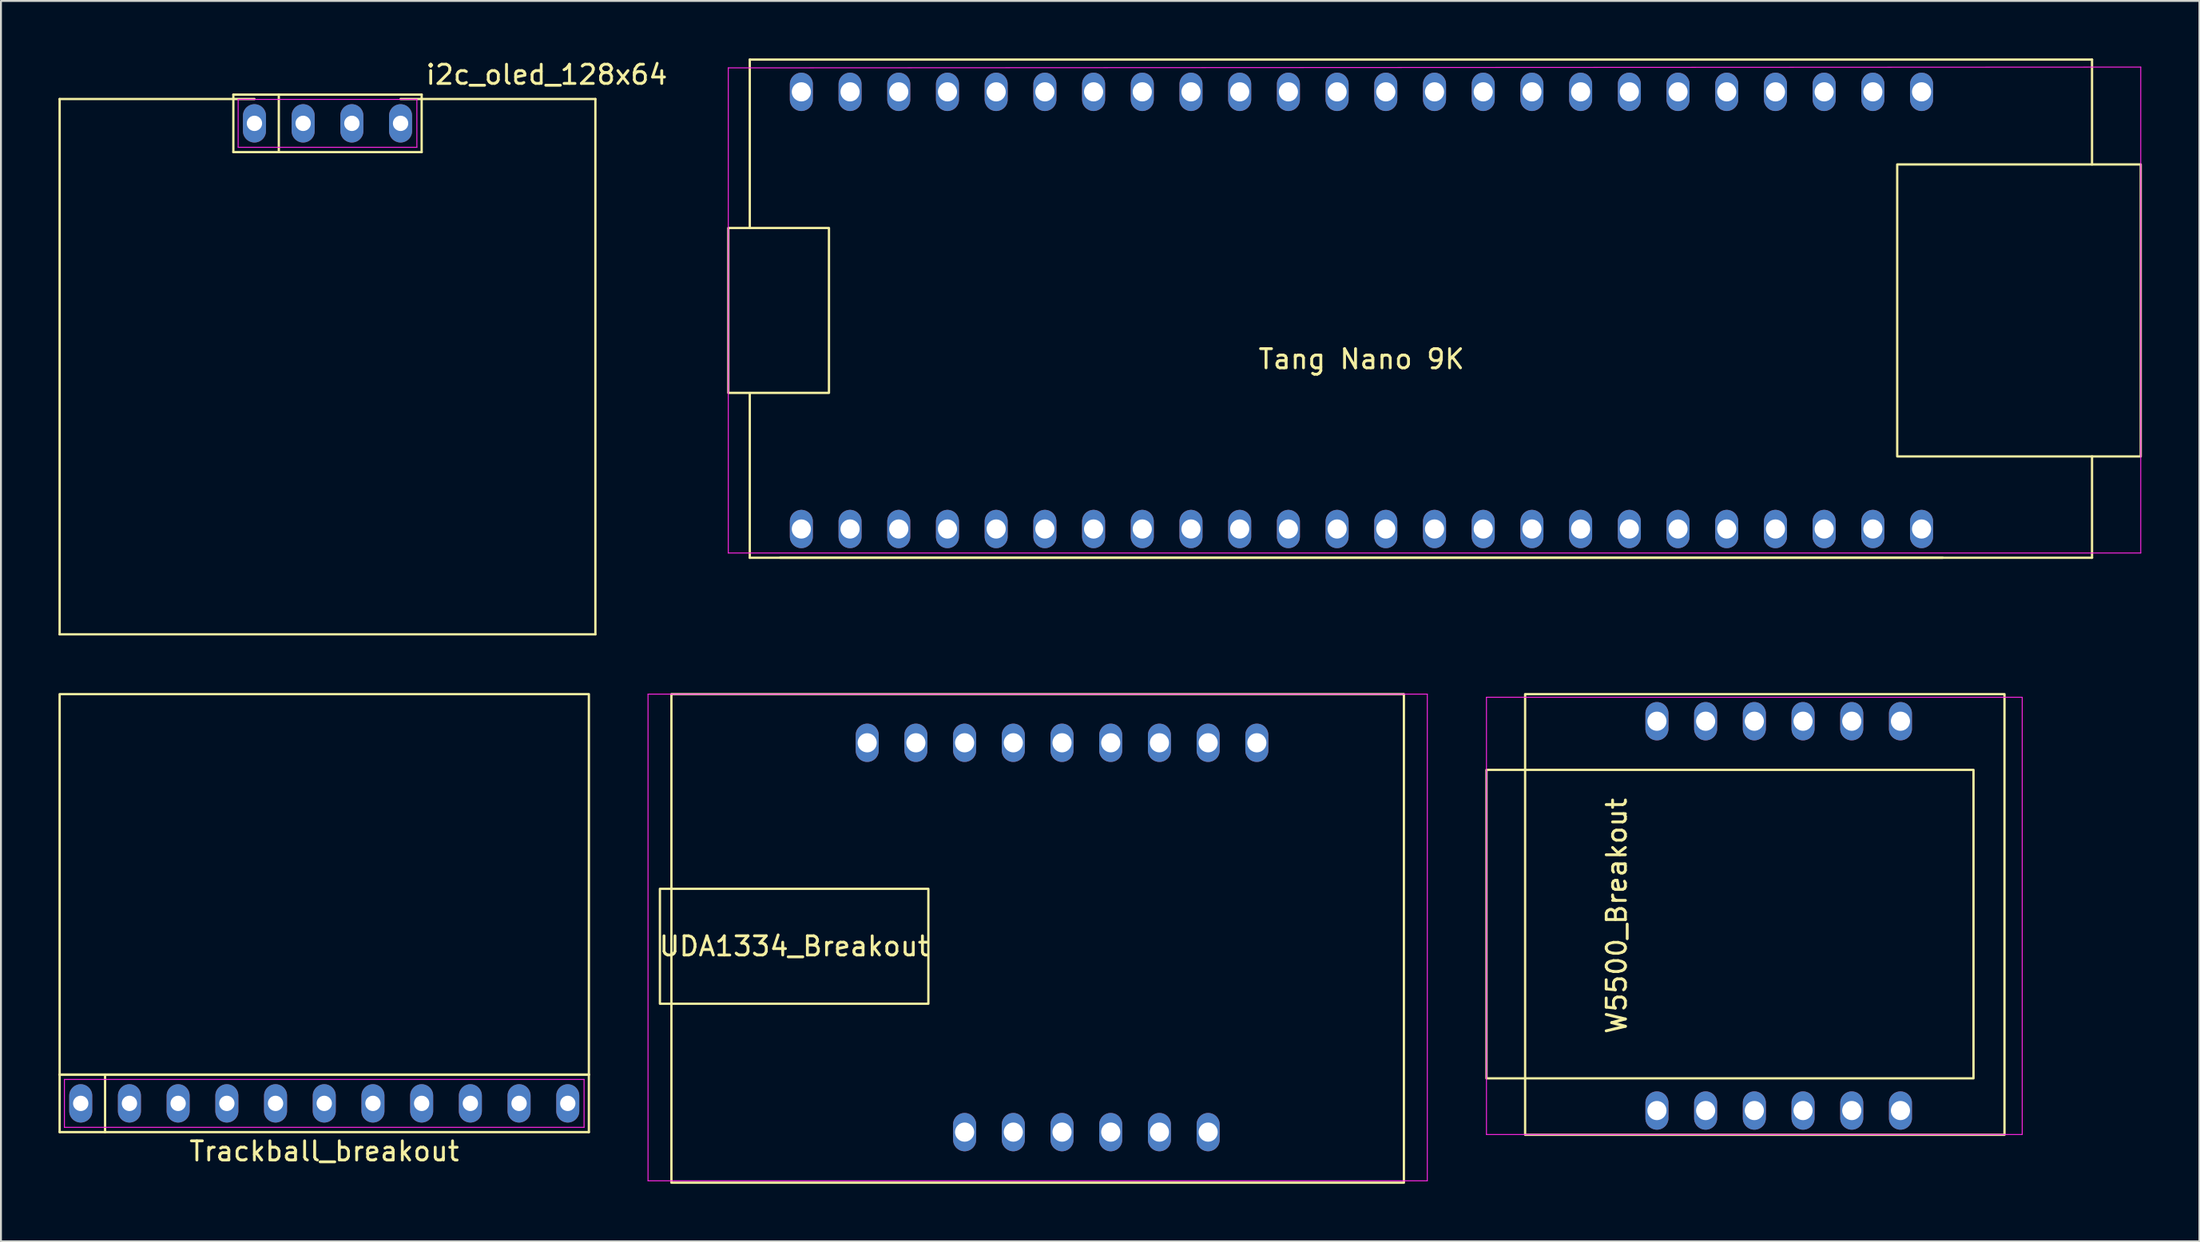
<source format=kicad_pcb>
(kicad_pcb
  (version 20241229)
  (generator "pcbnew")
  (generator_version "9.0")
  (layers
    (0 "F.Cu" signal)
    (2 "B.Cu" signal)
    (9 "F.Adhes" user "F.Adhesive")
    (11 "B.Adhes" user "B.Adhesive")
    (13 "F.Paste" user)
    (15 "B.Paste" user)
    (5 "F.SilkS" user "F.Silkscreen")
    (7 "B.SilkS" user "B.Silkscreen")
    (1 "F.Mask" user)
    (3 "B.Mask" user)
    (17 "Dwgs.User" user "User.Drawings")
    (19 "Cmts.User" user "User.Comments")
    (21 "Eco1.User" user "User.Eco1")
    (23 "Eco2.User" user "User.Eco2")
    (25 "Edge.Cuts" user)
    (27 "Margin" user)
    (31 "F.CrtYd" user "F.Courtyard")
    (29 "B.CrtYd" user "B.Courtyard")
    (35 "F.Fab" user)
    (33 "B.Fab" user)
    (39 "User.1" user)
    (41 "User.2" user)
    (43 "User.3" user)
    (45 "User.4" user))
  (footprint "i2c_oled_128x64"
    (layer "F.Cu")
    (at 14.03 3.388)
    (property "Reference" "i2c_oled_128x64" (at 11.43 -2.54 0) (layer "F.SilkS") (effects (font (size 1 1) (thickness 0.15))))
    (attr through_hole)
    (fp_line (start -13.97 -1.27) (end -13.97 26.67) (stroke (width 0.12) (type solid)) (layer "F.SilkS"))
    (fp_line (start -13.97 26.67) (end 13.97 26.67) (stroke (width 0.12) (type solid)) (layer "F.SilkS"))
    (fp_line (start -4.91 -1.5) (end 4.91 -1.5) (stroke (width 0.12) (type solid)) (layer "F.SilkS"))
    (fp_line (start -4.91 1.5) (end -4.91 -1.5) (stroke (width 0.12) (type solid)) (layer "F.SilkS"))
    (fp_line (start -3.81 -1.27) (end -13.97 -1.27) (stroke (width 0.12) (type solid)) (layer "F.SilkS"))
    (fp_line (start -2.54 -1.5) (end -2.54 1.5) (stroke (width 0.12) (type solid)) (layer "F.SilkS"))
    (fp_line (start 4.91 -1.5) (end 4.91 1.5) (stroke (width 0.12) (type solid)) (layer "F.SilkS"))
    (fp_line (start 4.91 1.5) (end -4.91 1.5) (stroke (width 0.12) (type solid)) (layer "F.SilkS"))
    (fp_line (start 13.97 -1.27) (end 3.81 -1.27) (stroke (width 0.12) (type solid)) (layer "F.SilkS"))
    (fp_line (start 13.97 26.67) (end 13.97 -1.27) (stroke (width 0.12) (type solid)) (layer "F.SilkS"))
    (fp_line (start -4.66 -1.25) (end 4.66 -1.25) (stroke (width 0.05) (type solid)) (layer "F.CrtYd"))
    (fp_line (start -4.66 1.25) (end -4.66 -1.25) (stroke (width 0.05) (type solid)) (layer "F.CrtYd"))
    (fp_line (start 4.66 -1.25) (end 4.66 1.25) (stroke (width 0.05) (type solid)) (layer "F.CrtYd"))
    (fp_line (start 4.66 1.25) (end -4.66 1.25) (stroke (width 0.05) (type solid)) (layer "F.CrtYd"))
    (pad "1" thru_hole oval (at -3.81 0) (size 1.2 2) (drill 0.8) (layers "*.Cu" "*.Mask"))
    (pad "2" thru_hole oval (at -1.27 0) (size 1.2 2) (drill 0.8) (layers "*.Cu" "*.Mask"))
    (pad "3" thru_hole oval (at 1.27 0) (size 1.2 2) (drill 0.8) (layers "*.Cu" "*.Mask"))
    (pad "4" thru_hole oval (at 3.81 0) (size 1.2 2) (drill 0.8) (layers "*.Cu" "*.Mask")))
  (footprint "W5500_Breakout"
    (layer "F.Cu")
    (at 89.71 44.752)
    (property "Reference" "W5500_Breakout" (at -8.45 0 90) (layer "F.SilkS") (effects (font (size 1 1) (thickness 0.15))))
    (fp_rect (start -15.24 -7.62) (end 10.16 8.48) (stroke (width 0.12) (type solid)) (fill no) (layer "F.SilkS"))
    (fp_rect (start -13.224 -11.574) (end 11.776 11.426) (stroke (width 0.12) (type solid)) (fill no) (layer "F.SilkS"))
    (fp_line (start -15.24 -11.41) (end 12.7 -11.41) (stroke (width 0.05) (type solid)) (layer "F.CrtYd"))
    (fp_line (start -15.24 11.41) (end -15.24 -11.41) (stroke (width 0.05) (type solid)) (layer "F.CrtYd"))
    (fp_line (start 12.7 -11.41) (end 12.7 11.41) (stroke (width 0.05) (type solid)) (layer "F.CrtYd"))
    (fp_line (start 12.7 11.41) (end -15.24 11.41) (stroke (width 0.05) (type solid)) (layer "F.CrtYd"))
    (pad "1" thru_hole oval (at -6.35 10.16) (size 1.2 2) (drill 1) (layers "*.Cu" "*.Mask"))
    (pad "2" thru_hole oval (at -3.81 10.16) (size 1.2 2) (drill 1) (layers "*.Cu" "*.Mask"))
    (pad "3" thru_hole oval (at -1.27 10.16) (size 1.2 2) (drill 1) (layers "*.Cu" "*.Mask"))
    (pad "4" thru_hole oval (at 1.27 10.16) (size 1.2 2) (drill 1) (layers "*.Cu" "*.Mask"))
    (pad "5" thru_hole oval (at 3.81 10.16) (size 1.2 2) (drill 1) (layers "*.Cu" "*.Mask"))
    (pad "6" thru_hole oval (at 6.35 10.16) (size 1.2 2) (drill 1) (layers "*.Cu" "*.Mask"))
    (pad "7" thru_hole oval (at 6.35 -10.16) (size 1.2 2) (drill 1) (layers "*.Cu" "*.Mask"))
    (pad "8" thru_hole oval (at 3.81 -10.16) (size 1.2 2) (drill 1) (layers "*.Cu" "*.Mask"))
    (pad "9" thru_hole oval (at 1.27 -10.16) (size 1.2 2) (drill 1) (layers "*.Cu" "*.Mask"))
    (pad "10" thru_hole oval (at -1.27 -10.16) (size 1.2 2) (drill 1) (layers "*.Cu" "*.Mask"))
    (pad "11" thru_hole oval (at -3.81 -10.16) (size 1.2 2) (drill 1) (layers "*.Cu" "*.Mask"))
    (pad "12" thru_hole oval (at -6.35 -10.16) (size 1.2 2) (drill 1) (layers "*.Cu" "*.Mask")))
  (footprint "UDA1334_Breakout"
    (layer "F.Cu")
    (at 53.605 45.878)
    (property "Reference" "UDA1334_Breakout" (at -15.24 0.46 180) (layer "F.SilkS") (effects (font (size 1 1) (thickness 0.15))))
    (fp_rect (start -22.24 -2.54) (end -8.24 3.46) (stroke (width 0.12) (type solid)) (fill no) (layer "F.SilkS"))
    (fp_rect (start -21.64 -12.7) (end 16.56 12.8) (stroke (width 0.12) (type solid)) (fill no) (layer "F.SilkS"))
    (fp_line (start -22.86 -12.7) (end 17.78 -12.7) (stroke (width 0.05) (type solid)) (layer "F.CrtYd"))
    (fp_line (start -22.86 12.7) (end -22.86 -12.7) (stroke (width 0.05) (type solid)) (layer "F.CrtYd"))
    (fp_line (start 17.78 -12.7) (end 17.78 12.7) (stroke (width 0.05) (type solid)) (layer "F.CrtYd"))
    (fp_line (start 17.78 12.7) (end -22.86 12.7) (stroke (width 0.05) (type solid)) (layer "F.CrtYd"))
    (pad "1" thru_hole oval (at -6.35 10.16) (size 1.2 2) (drill 1) (layers "*.Cu" "*.Mask"))
    (pad "2" thru_hole oval (at -3.81 10.16) (size 1.2 2) (drill 1) (layers "*.Cu" "*.Mask"))
    (pad "3" thru_hole oval (at -1.27 10.16) (size 1.2 2) (drill 1) (layers "*.Cu" "*.Mask"))
    (pad "4" thru_hole oval (at 1.27 10.16) (size 1.2 2) (drill 1) (layers "*.Cu" "*.Mask"))
    (pad "5" thru_hole oval (at 3.81 10.16) (size 1.2 2) (drill 1) (layers "*.Cu" "*.Mask"))
    (pad "6" thru_hole oval (at 6.35 10.16) (size 1.2 2) (drill 1) (layers "*.Cu" "*.Mask"))
    (pad "7" thru_hole oval (at 8.89 -10.16) (size 1.2 2) (drill 1) (layers "*.Cu" "*.Mask"))
    (pad "8" thru_hole oval (at 6.35 -10.16) (size 1.2 2) (drill 1) (layers "*.Cu" "*.Mask"))
    (pad "9" thru_hole oval (at 3.81 -10.16) (size 1.2 2) (drill 1) (layers "*.Cu" "*.Mask"))
    (pad "10" thru_hole oval (at 1.27 -10.16) (size 1.2 2) (drill 1) (layers "*.Cu" "*.Mask"))
    (pad "11" thru_hole oval (at -1.27 -10.16) (size 1.2 2) (drill 1) (layers "*.Cu" "*.Mask"))
    (pad "12" thru_hole oval (at -3.81 -10.16) (size 1.2 2) (drill 1) (layers "*.Cu" "*.Mask"))
    (pad "13" thru_hole oval (at -6.35 -10.16) (size 1.2 2) (drill 1) (layers "*.Cu" "*.Mask"))
    (pad "14" thru_hole oval (at -8.89 -10.16) (size 1.2 2) (drill 1) (layers "*.Cu" "*.Mask"))
    (pad "15" thru_hole oval (at -11.43 -10.16) (size 1.2 2) (drill 1) (layers "*.Cu" "*.Mask")))
  (footprint "Trackball_breakout"
    (layer "F.Cu")
    (at 13.86 57.078)
    (property "Reference" "Trackball_breakout" (at 0 -0.04 0) (layer "F.SilkS") (effects (font (size 1 1) (thickness 0.15))))
    (fp_line (start -13.8 -4.04) (end 13.8 -4.04) (stroke (width 0.12) (type solid)) (layer "F.SilkS"))
    (fp_line (start -13.8 -1.04) (end -13.8 -4.04) (stroke (width 0.12) (type solid)) (layer "F.SilkS"))
    (fp_line (start -11.43 -4.04) (end -11.43 -1.04) (stroke (width 0.12) (type solid)) (layer "F.SilkS"))
    (fp_line (start 13.8 -4.04) (end 13.8 -1.04) (stroke (width 0.12) (type solid)) (layer "F.SilkS"))
    (fp_line (start 13.8 -1.04) (end -13.8 -1.04) (stroke (width 0.12) (type solid)) (layer "F.SilkS"))
    (fp_rect (start 13.8 -4.04) (end -13.8 -23.9) (stroke (width 0.12) (type solid)) (fill no) (layer "F.SilkS"))
    (fp_line (start -13.55 -3.79) (end 13.55 -3.79) (stroke (width 0.05) (type solid)) (layer "F.CrtYd"))
    (fp_line (start -13.55 -1.29) (end -13.55 -3.79) (stroke (width 0.05) (type solid)) (layer "F.CrtYd"))
    (fp_line (start 13.55 -3.79) (end 13.55 -1.29) (stroke (width 0.05) (type solid)) (layer "F.CrtYd"))
    (fp_line (start 13.55 -1.29) (end -13.55 -1.29) (stroke (width 0.05) (type solid)) (layer "F.CrtYd"))
    (pad "1" thru_hole oval (at -12.7 -2.54) (size 1.2 2) (drill 0.8) (layers "*.Cu" "*.Mask"))
    (pad "2" thru_hole oval (at -10.16 -2.54) (size 1.2 2) (drill 0.8) (layers "*.Cu" "*.Mask"))
    (pad "3" thru_hole oval (at -7.62 -2.54) (size 1.2 2) (drill 0.8) (layers "*.Cu" "*.Mask"))
    (pad "4" thru_hole oval (at -5.08 -2.54) (size 1.2 2) (drill 0.8) (layers "*.Cu" "*.Mask"))
    (pad "5" thru_hole oval (at -2.54 -2.54) (size 1.2 2) (drill 0.8) (layers "*.Cu" "*.Mask"))
    (pad "6" thru_hole oval (at 0 -2.54) (size 1.2 2) (drill 0.8) (layers "*.Cu" "*.Mask"))
    (pad "7" thru_hole oval (at 2.54 -2.54) (size 1.2 2) (drill 0.8) (layers "*.Cu" "*.Mask"))
    (pad "8" thru_hole oval (at 5.08 -2.54) (size 1.2 2) (drill 0.8) (layers "*.Cu" "*.Mask"))
    (pad "9" thru_hole oval (at 7.62 -2.54) (size 1.2 2) (drill 0.8) (layers "*.Cu" "*.Mask"))
    (pad "10" thru_hole oval (at 10.16 -2.54) (size 1.2 2) (drill 0.8) (layers "*.Cu" "*.Mask"))
    (pad "11" thru_hole oval (at 12.7 -2.54) (size 1.2 2) (drill 0.8) (layers "*.Cu" "*.Mask")))
  (footprint "Tang Nano 9K"
    (layer "F.Cu")
    (at 67.951 13.152)
    (property "Reference" "Tang Nano 9K" (at 0 2.54 180) (layer "F.SilkS") (effects (font (size 1 1) (thickness 0.15))))
    (fp_line (start -31.9 -13.092) (end -31.899 -4.303) (stroke (width 0.12) (type solid)) (layer "F.SilkS"))
    (fp_line (start -31.9 -13.092) (end 38.1 -13.092) (stroke (width 0.12) (type solid)) (layer "F.SilkS"))
    (fp_line (start -31.9 12.908) (end -31.899 4.309) (stroke (width 0.12) (type solid)) (layer "F.SilkS"))
    (fp_line (start -31.9 12.908) (end 38.1 12.908) (stroke (width 0.12) (type solid)) (layer "F.SilkS"))
    (fp_line (start -30.31 12.908) (end 30.31 12.908) (stroke (width 0.12) (type solid)) (layer "F.SilkS"))
    (fp_rect (start -27.77 -4.303) (end -33.02 4.303) (stroke (width 0.12) (type solid)) (fill no) (layer "F.SilkS"))
    (fp_rect (start 27.94 -7.62) (end 40.64 7.62) (stroke (width 0.12) (type solid)) (fill no) (layer "F.SilkS"))
    (fp_rect (start 38.1 -13.092) (end 38.1 -7.62) (stroke (width 0.12) (type solid)) (fill no) (layer "F.SilkS"))
    (fp_rect (start 38.1 12.908) (end 38.1 7.62) (stroke (width 0.12) (type solid)) (fill no) (layer "F.SilkS"))
    (fp_line (start -33.02 -12.66) (end 40.64 -12.7) (stroke (width 0.05) (type solid)) (layer "F.CrtYd"))
    (fp_line (start -33.02 12.66) (end -33.02 -12.66) (stroke (width 0.05) (type solid)) (layer "F.CrtYd"))
    (fp_line (start 40.64 -12.7) (end 40.64 12.66) (stroke (width 0.05) (type solid)) (layer "F.CrtYd"))
    (fp_line (start 40.64 12.66) (end -33.02 12.66) (stroke (width 0.05) (type solid)) (layer "F.CrtYd"))
    (pad "1" thru_hole oval (at -29.21 11.408) (size 1.2 2) (drill 1) (layers "*.Cu" "*.Mask"))
    (pad "2" thru_hole oval (at -26.67 11.408) (size 1.2 2) (drill 1) (layers "*.Cu" "*.Mask"))
    (pad "3" thru_hole oval (at -24.13 11.408) (size 1.2 2) (drill 1) (layers "*.Cu" "*.Mask"))
    (pad "4" thru_hole oval (at -21.59 11.408) (size 1.2 2) (drill 1) (layers "*.Cu" "*.Mask"))
    (pad "5" thru_hole oval (at -19.05 11.408) (size 1.2 2) (drill 1) (layers "*.Cu" "*.Mask"))
    (pad "6" thru_hole oval (at -16.51 11.408) (size 1.2 2) (drill 1) (layers "*.Cu" "*.Mask"))
    (pad "7" thru_hole oval (at -13.97 11.408) (size 1.2 2) (drill 1) (layers "*.Cu" "*.Mask"))
    (pad "8" thru_hole oval (at -11.43 11.408) (size 1.2 2) (drill 1) (layers "*.Cu" "*.Mask"))
    (pad "9" thru_hole oval (at -8.89 11.408) (size 1.2 2) (drill 1) (layers "*.Cu" "*.Mask"))
    (pad "10" thru_hole oval (at -6.35 11.408) (size 1.2 2) (drill 1) (layers "*.Cu" "*.Mask"))
    (pad "11" thru_hole oval (at -3.81 11.408) (size 1.2 2) (drill 1) (layers "*.Cu" "*.Mask"))
    (pad "12" thru_hole oval (at -1.27 11.408) (size 1.2 2) (drill 1) (layers "*.Cu" "*.Mask"))
    (pad "13" thru_hole oval (at 1.27 11.408) (size 1.2 2) (drill 1) (layers "*.Cu" "*.Mask"))
    (pad "14" thru_hole oval (at 3.81 11.408) (size 1.2 2) (drill 1) (layers "*.Cu" "*.Mask"))
    (pad "15" thru_hole oval (at 6.35 11.408) (size 1.2 2) (drill 1) (layers "*.Cu" "*.Mask"))
    (pad "16" thru_hole oval (at 8.89 11.408) (size 1.2 2) (drill 1) (layers "*.Cu" "*.Mask"))
    (pad "17" thru_hole oval (at 11.43 11.408) (size 1.2 2) (drill 1) (layers "*.Cu" "*.Mask"))
    (pad "18" thru_hole oval (at 13.97 11.408) (size 1.2 2) (drill 1) (layers "*.Cu" "*.Mask"))
    (pad "19" thru_hole oval (at 16.51 11.408) (size 1.2 2) (drill 1) (layers "*.Cu" "*.Mask"))
    (pad "20" thru_hole oval (at 19.05 11.408) (size 1.2 2) (drill 1) (layers "*.Cu" "*.Mask"))
    (pad "21" thru_hole oval (at 21.59 11.408) (size 1.2 2) (drill 1) (layers "*.Cu" "*.Mask"))
    (pad "22" thru_hole oval (at 24.13 11.408) (size 1.2 2) (drill 1) (layers "*.Cu" "*.Mask"))
    (pad "23" thru_hole oval (at 26.67 11.408) (size 1.2 2) (drill 1) (layers "*.Cu" "*.Mask"))
    (pad "24" thru_hole oval (at 29.21 11.408) (size 1.2 2) (drill 1) (layers "*.Cu" "*.Mask"))
    (pad "25" thru_hole oval (at 29.21 -11.408) (size 1.2 2) (drill 1) (layers "*.Cu" "*.Mask"))
    (pad "26" thru_hole oval (at 26.67 -11.408) (size 1.2 2) (drill 1) (layers "*.Cu" "*.Mask"))
    (pad "27" thru_hole oval (at 24.13 -11.408) (size 1.2 2) (drill 1) (layers "*.Cu" "*.Mask"))
    (pad "28" thru_hole oval (at 21.59 -11.408) (size 1.2 2) (drill 1) (layers "*.Cu" "*.Mask"))
    (pad "29" thru_hole oval (at 19.05 -11.408) (size 1.2 2) (drill 1) (layers "*.Cu" "*.Mask"))
    (pad "30" thru_hole oval (at 16.51 -11.408) (size 1.2 2) (drill 1) (layers "*.Cu" "*.Mask"))
    (pad "31" thru_hole oval (at 13.97 -11.408) (size 1.2 2) (drill 1) (layers "*.Cu" "*.Mask"))
    (pad "32" thru_hole oval (at 11.43 -11.408) (size 1.2 2) (drill 1) (layers "*.Cu" "*.Mask"))
    (pad "33" thru_hole oval (at 8.89 -11.408) (size 1.2 2) (drill 1) (layers "*.Cu" "*.Mask"))
    (pad "34" thru_hole oval (at 6.35 -11.408) (size 1.2 2) (drill 1) (layers "*.Cu" "*.Mask"))
    (pad "35" thru_hole oval (at 3.81 -11.408) (size 1.2 2) (drill 1) (layers "*.Cu" "*.Mask"))
    (pad "36" thru_hole oval (at 1.27 -11.408) (size 1.2 2) (drill 1) (layers "*.Cu" "*.Mask"))
    (pad "37" thru_hole oval (at -1.27 -11.408) (size 1.2 2) (drill 1) (layers "*.Cu" "*.Mask"))
    (pad "38" thru_hole oval (at -3.81 -11.408) (size 1.2 2) (drill 1) (layers "*.Cu" "*.Mask"))
    (pad "39" thru_hole oval (at -6.35 -11.408) (size 1.2 2) (drill 1) (layers "*.Cu" "*.Mask"))
    (pad "40" thru_hole oval (at -8.89 -11.408) (size 1.2 2) (drill 1) (layers "*.Cu" "*.Mask"))
    (pad "41" thru_hole oval (at -11.43 -11.408) (size 1.2 2) (drill 1) (layers "*.Cu" "*.Mask"))
    (pad "42" thru_hole oval (at -13.97 -11.408) (size 1.2 2) (drill 1) (layers "*.Cu" "*.Mask"))
    (pad "43" thru_hole oval (at -16.51 -11.408) (size 1.2 2) (drill 1) (layers "*.Cu" "*.Mask"))
    (pad "44" thru_hole oval (at -19.05 -11.408) (size 1.2 2) (drill 1) (layers "*.Cu" "*.Mask"))
    (pad "45" thru_hole oval (at -21.59 -11.408) (size 1.2 2) (drill 1) (layers "*.Cu" "*.Mask"))
    (pad "46" thru_hole oval (at -24.13 -11.408) (size 1.2 2) (drill 1) (layers "*.Cu" "*.Mask"))
    (pad "47" thru_hole oval (at -26.67 -11.408) (size 1.2 2) (drill 1) (layers "*.Cu" "*.Mask"))
    (pad "48" thru_hole oval (at -29.21 -11.408) (size 1.2 2) (drill 1) (layers "*.Cu" "*.Mask")))
  (gr_rect
    (start -3 -3)
    (end 111.651 61.738)
    (stroke (width 0.1) (type default))
    (fill no)
    (layer "Edge.Cuts")))
</source>
